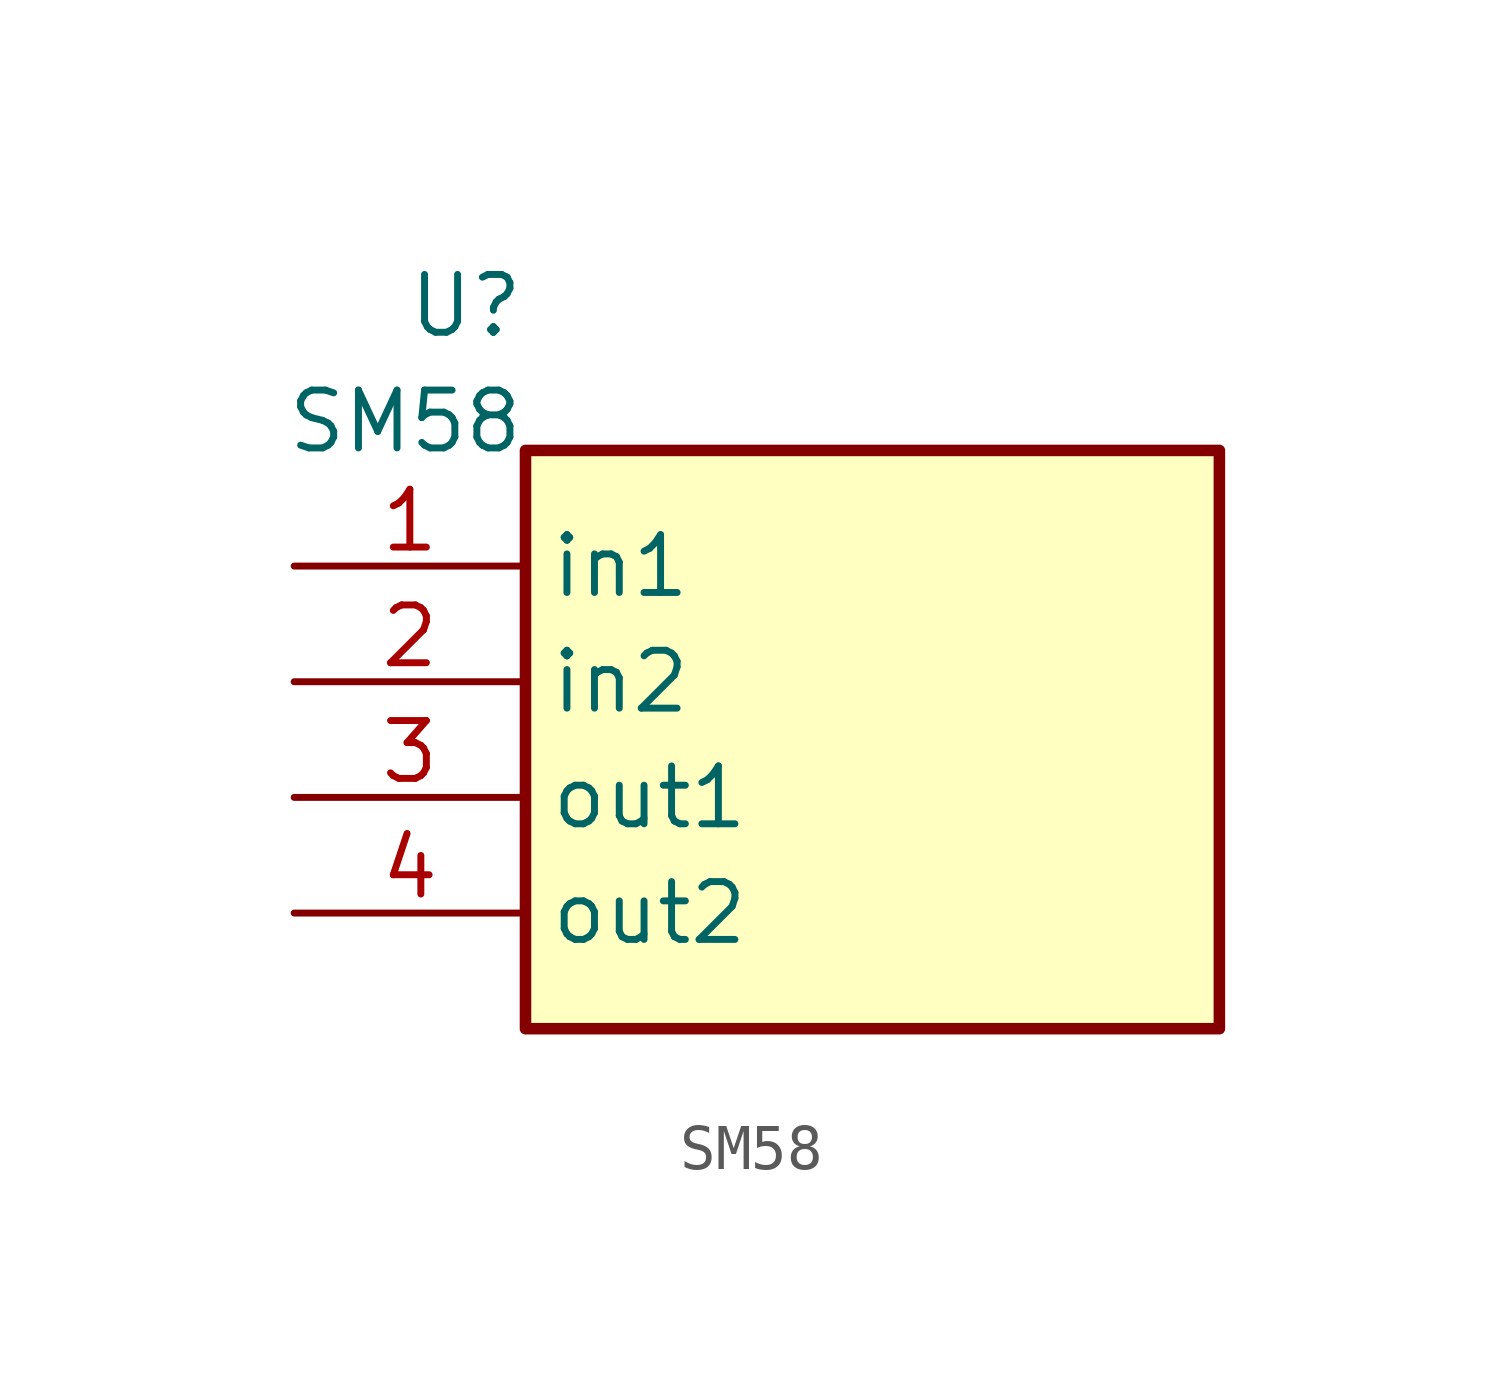
<source format=kicad_sym>
(kicad_symbol_lib
  (version 20211014)
  (generator "harnice")
  (generator_version "8.0")
  (symbol "SM58"
    (property "Reference" "U"
      (at -7.62 9.525 0)
      (effects (font (size 1.27 1.27)) (justify right) (hide no)))
    (property "Value" "SM58"
      (at -7.62 6.985 0)
      (effects (font (size 1.27 1.27)) (justify right) (hide no)))
    (symbol "SM58_1_1"
      (rectangle (start -7.62 -6.35) (end 7.62 6.35) (stroke (width 0.254) (type solid)) (fill (type background)))
      (pin unspecified line (at -12.7 3.81 0) (length 5.08) (name "in1" (effects (font (size 1.27 1.27)))) (number "1" (effects (font (size 1.27 1.27)))))
      (pin unspecified line (at -12.7 1.27 0) (length 5.08) (name "in2" (effects (font (size 1.27 1.27)))) (number "2" (effects (font (size 1.27 1.27)))))
      (pin unspecified line (at -12.7 -1.27 0) (length 5.08) (name "out1" (effects (font (size 1.27 1.27)))) (number "3" (effects (font (size 1.27 1.27)))))
      (pin unspecified line (at -12.7 -3.81 0) (length 5.08) (name "out2" (effects (font (size 1.27 1.27)))) (number "4" (effects (font (size 1.27 1.27))))))))
</source>
